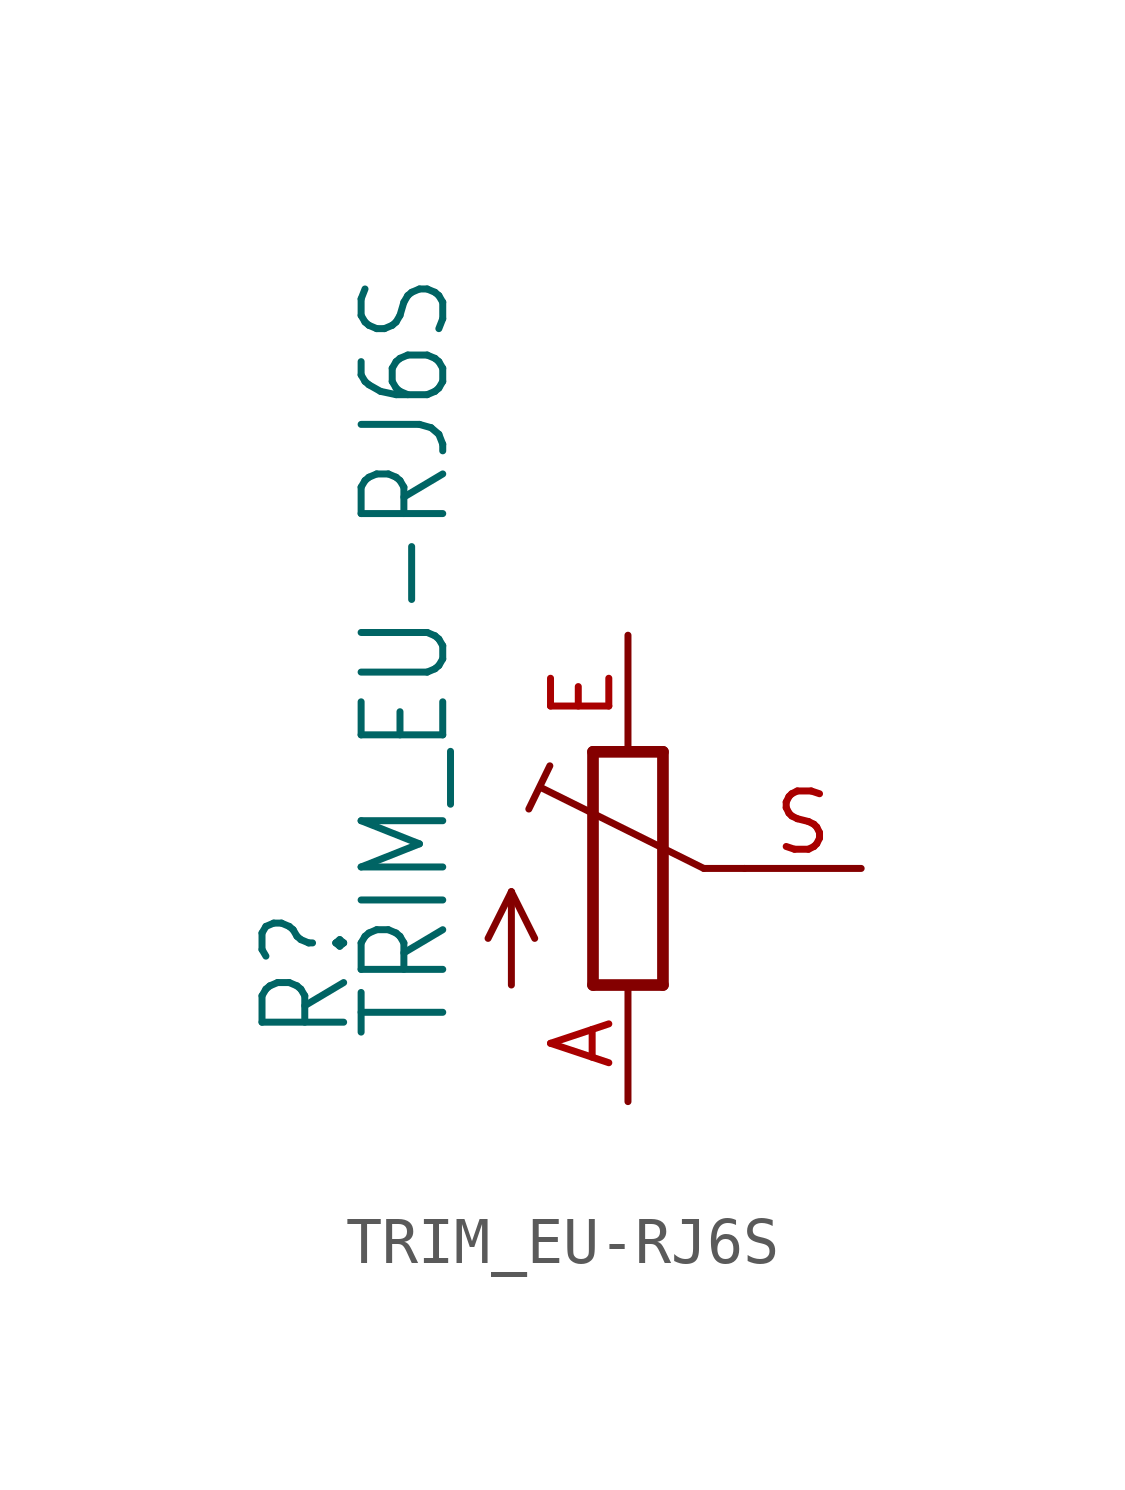
<source format=kicad_sym>
(kicad_symbol_lib
  (version 20211014)
  (generator kicad_symbol_editor)
  (symbol "TRIM_EU-RJ6S"
    (property "Reference" "R"
      (at -5.969 -3.81 90)
      (effects (font (size 1.778 1.511)) (justify left bottom)))
    (property "Value" "TRIM_EU-RJ6S"
      (at -3.81 -3.81 90)
      (effects (font (size 1.778 1.511)) (justify left bottom)))
    (property "ki_locked" ""
      (at 0 0 0)
      (effects (font (size 1.27 1.27))))
    (symbol "TRIM_EU-RJ6S_1_0"
      (polyline (pts (xy -2.54 -2.54) (xy -2.54 -0.508)) (stroke (width 0.152) (type default) (color 0 0 0 0)) (fill (type none)))
      (polyline (pts (xy -2.54 -0.508) (xy -3.048 -1.524)) (stroke (width 0.152) (type default) (color 0 0 0 0)) (fill (type none)))
      (polyline (pts (xy -2.54 -0.508) (xy -2.032 -1.524)) (stroke (width 0.152) (type default) (color 0 0 0 0)) (fill (type none)))
      (polyline (pts (xy -2.16 1.294) (xy -1.702 2.235)) (stroke (width 0.152) (type default) (color 0 0 0 0)) (fill (type none)))
      (polyline (pts (xy -0.762 -2.54) (xy 0.762 -2.54)) (stroke (width 0.254) (type default) (color 0 0 0 0)) (fill (type none)))
      (polyline (pts (xy -0.762 2.54) (xy -0.762 -2.54)) (stroke (width 0.254) (type default) (color 0 0 0 0)) (fill (type none)))
      (polyline (pts (xy 0.762 -2.54) (xy 0.762 2.54)) (stroke (width 0.254) (type default) (color 0 0 0 0)) (fill (type none)))
      (polyline (pts (xy 0.762 2.54) (xy -0.762 2.54)) (stroke (width 0.254) (type default) (color 0 0 0 0)) (fill (type none)))
      (polyline (pts (xy 1.651 0) (xy -1.88 1.753)) (stroke (width 0.152) (type default) (color 0 0 0 0)) (fill (type none)))
      (polyline (pts (xy 2.54 0) (xy 1.651 0)) (stroke (width 0.152) (type default) (color 0 0 0 0)) (fill (type none)))
      (pin passive line (at 0 -5.08 90) (length 2.54) (name "A" (effects (font (size 0 0)))) (number "A" (effects (font (size 1.27 1.27)))))
      (pin passive line (at 0 5.08 270) (length 2.54) (name "E" (effects (font (size 0 0)))) (number "E" (effects (font (size 1.27 1.27)))))
      (pin passive line (at 5.08 0 180) (length 2.54) (name "S" (effects (font (size 0 0)))) (number "S" (effects (font (size 1.27 1.27))))))))
</source>
